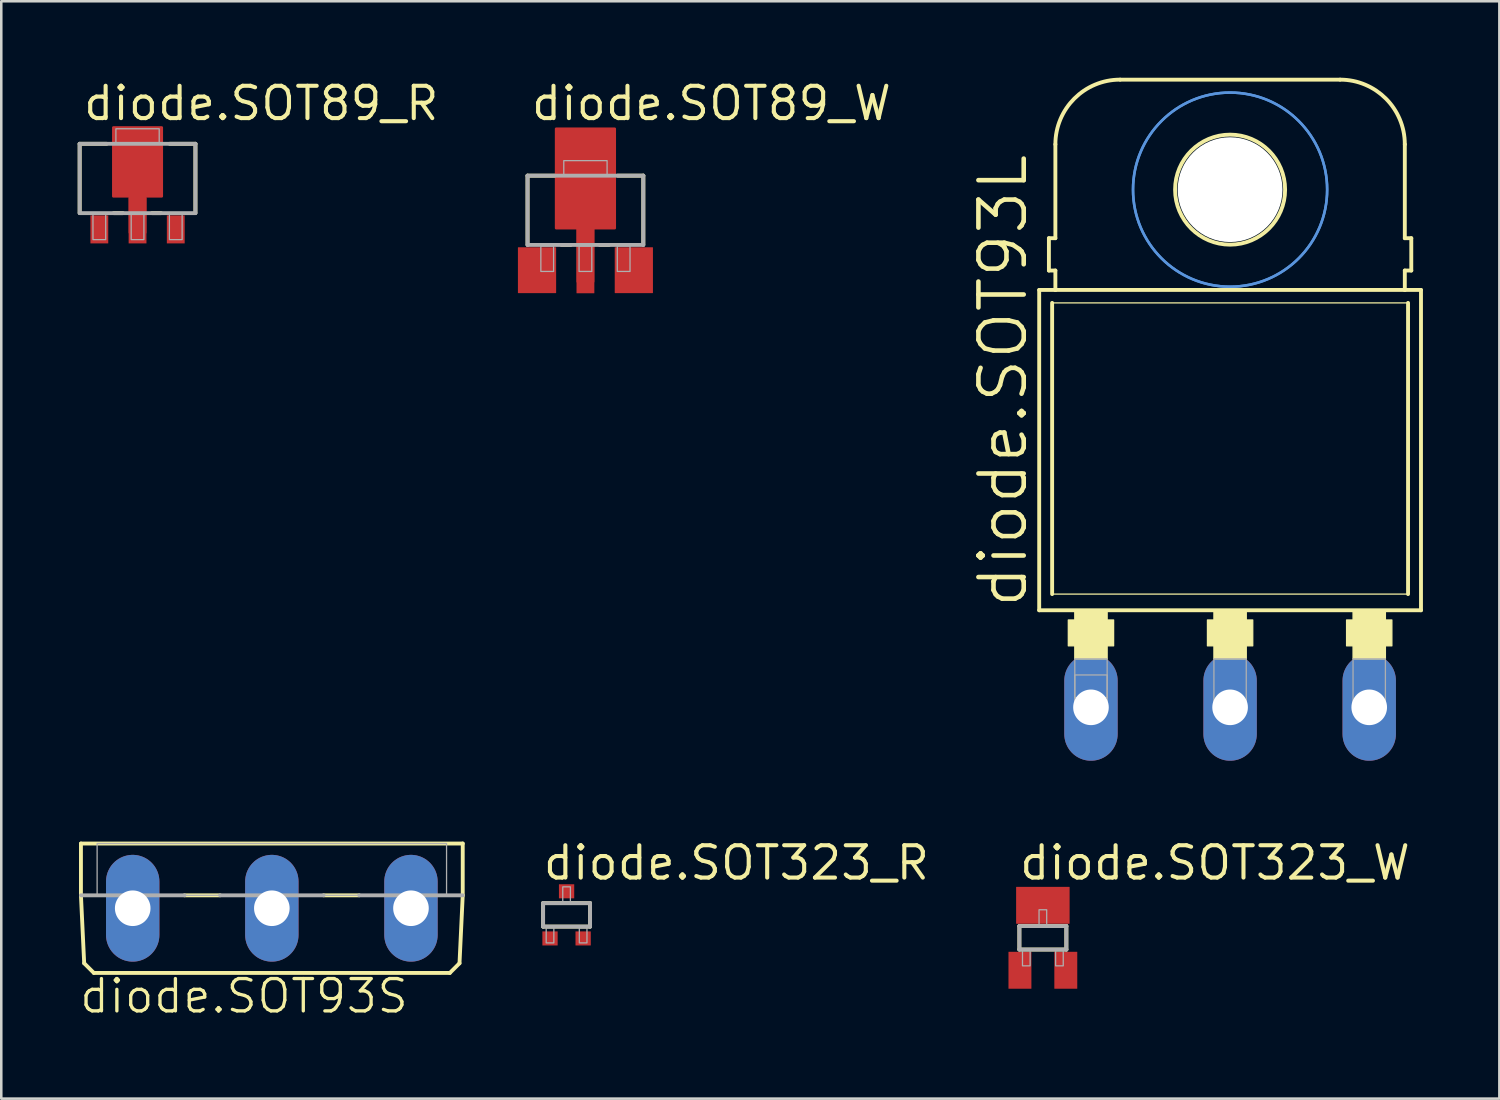
<source format=kicad_pcb>
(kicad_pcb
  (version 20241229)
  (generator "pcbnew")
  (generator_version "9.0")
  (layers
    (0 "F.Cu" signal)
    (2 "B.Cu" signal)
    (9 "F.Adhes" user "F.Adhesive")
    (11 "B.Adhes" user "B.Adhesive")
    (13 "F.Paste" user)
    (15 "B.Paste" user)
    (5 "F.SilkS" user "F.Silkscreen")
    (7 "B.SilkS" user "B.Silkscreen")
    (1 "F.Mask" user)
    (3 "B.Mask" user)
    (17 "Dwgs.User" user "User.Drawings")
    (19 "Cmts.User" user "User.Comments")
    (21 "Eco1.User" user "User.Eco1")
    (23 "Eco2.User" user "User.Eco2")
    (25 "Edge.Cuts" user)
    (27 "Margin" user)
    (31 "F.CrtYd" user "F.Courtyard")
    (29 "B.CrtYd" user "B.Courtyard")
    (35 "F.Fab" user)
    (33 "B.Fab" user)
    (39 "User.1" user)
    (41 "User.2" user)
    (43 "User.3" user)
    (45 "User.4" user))
  (footprint "diode.SOT93L"
    (layer "F.Cu")
    (at 45.233 14.554)
    (property "Reference" "diode.SOT93L" (at -7.874 6.35 90) (layer "F.SilkS") (effects (font (size 1.778 1.778) (thickness 0.18)) (justify left bottom)))
    (attr through_hole)
    (fp_line (start -7.493 6.35) (end -7.493 -6.223) (stroke (width 0.152) (type default)) (layer "F.SilkS"))
    (fp_line (start -7.493 6.35) (end 7.493 6.35) (stroke (width 0.152) (type default)) (layer "F.SilkS"))
    (fp_line (start -7.112 -6.985) (end -7.112 -8.255) (stroke (width 0.152) (type default)) (layer "F.SilkS"))
    (fp_line (start -6.985 5.715) (end -6.985 -5.715) (stroke (width 0.152) (type default)) (layer "F.SilkS"))
    (fp_line (start -6.985 5.715) (end 6.985 5.715) (stroke (width 0.051) (type default)) (layer "F.SilkS"))
    (fp_line (start -6.858 -8.255) (end -7.112 -8.255) (stroke (width 0.152) (type default)) (layer "F.SilkS"))
    (fp_line (start -6.858 -8.255) (end -6.858 -11.938) (stroke (width 0.152) (type default)) (layer "F.SilkS"))
    (fp_line (start -6.858 -6.985) (end -7.112 -6.985) (stroke (width 0.152) (type default)) (layer "F.SilkS"))
    (fp_line (start -6.858 -6.223) (end -7.493 -6.223) (stroke (width 0.152) (type default)) (layer "F.SilkS"))
    (fp_line (start -6.858 -6.223) (end -6.858 -6.985) (stroke (width 0.152) (type default)) (layer "F.SilkS"))
    (fp_line (start 4.318 -14.478) (end -4.318 -14.478) (stroke (width 0.152) (type default)) (layer "F.SilkS"))
    (fp_line (start 6.858 -8.255) (end 6.858 -11.938) (stroke (width 0.152) (type default)) (layer "F.SilkS"))
    (fp_line (start 6.858 -8.255) (end 7.112 -8.255) (stroke (width 0.152) (type default)) (layer "F.SilkS"))
    (fp_line (start 6.858 -6.985) (end 7.112 -6.985) (stroke (width 0.152) (type default)) (layer "F.SilkS"))
    (fp_line (start 6.858 -6.223) (end -6.858 -6.223) (stroke (width 0.152) (type default)) (layer "F.SilkS"))
    (fp_line (start 6.858 -6.223) (end 6.858 -6.985) (stroke (width 0.152) (type default)) (layer "F.SilkS"))
    (fp_line (start 6.985 -5.715) (end -6.985 -5.715) (stroke (width 0.051) (type default)) (layer "F.SilkS"))
    (fp_line (start 6.985 -5.715) (end 6.985 5.715) (stroke (width 0.152) (type default)) (layer "F.SilkS"))
    (fp_line (start 7.112 -6.985) (end 7.112 -8.255) (stroke (width 0.152) (type default)) (layer "F.SilkS"))
    (fp_line (start 7.493 -6.223) (end 6.858 -6.223) (stroke (width 0.152) (type default)) (layer "F.SilkS"))
    (fp_line (start 7.493 -6.223) (end 7.493 6.35) (stroke (width 0.152) (type default)) (layer "F.SilkS"))
    (fp_rect (start -6.35 7.747) (end -4.572 6.731) (stroke (width 0.05) (type default)) (fill yes) (layer "F.SilkS"))
    (fp_rect (start -6.096 8.255) (end -4.826 6.35) (stroke (width 0.05) (type default)) (fill yes) (layer "F.SilkS"))
    (fp_rect (start -0.889 7.747) (end 0.889 6.731) (stroke (width 0.05) (type default)) (fill yes) (layer "F.SilkS"))
    (fp_rect (start -0.635 8.255) (end 0.635 6.35) (stroke (width 0.05) (type default)) (fill yes) (layer "F.SilkS"))
    (fp_rect (start 4.572 7.747) (end 6.35 6.731) (stroke (width 0.05) (type default)) (fill yes) (layer "F.SilkS"))
    (fp_rect (start 4.826 8.255) (end 6.096 6.35) (stroke (width 0.05) (type default)) (fill yes) (layer "F.SilkS"))
    (fp_arc (start -6.858 -11.938) (mid -6.114051 -13.734051) (end -4.318 -14.478) (stroke (width 0.1524) (type default)) (layer "F.SilkS"))
    (fp_arc (start 4.318 -14.478) (mid 6.114051 -13.734051) (end 6.858 -11.938) (stroke (width 0.1524) (type default)) (layer "F.SilkS"))
    (fp_circle (center 0 -10.16) (end 2.159 -10.16) (stroke (width 0.152) (type default)) (fill no) (layer "F.SilkS"))
    (fp_circle (center 0 -10.16) (end 3.81 -10.16) (stroke (width 0.1) (type default)) (fill no) (layer "Cmts.User"))
    (fp_circle (center 0 -10.16) (end 3.81 -10.16) (stroke (width 0.1) (type default)) (fill no) (layer "Cmts.User"))
    (fp_rect (start -6.096 9.779) (end -4.826 8.89) (stroke (width 0.05) (type default)) (fill no) (layer "F.Fab"))
    (fp_rect (start -6.096 10.16) (end -4.826 8.255) (stroke (width 0.05) (type default)) (fill no) (layer "F.Fab"))
    (fp_rect (start -0.635 10.16) (end 0.635 8.255) (stroke (width 0.05) (type default)) (fill no) (layer "F.Fab"))
    (fp_rect (start 4.826 10.16) (end 6.096 8.255) (stroke (width 0.05) (type default)) (fill no) (layer "F.Fab"))
    (pad "" np_thru_hole circle (at 0 -10.16) (size 4.115 4.115) (drill 4.115) (layers "*.Cu" "*.Mask"))
    (pad "A1" thru_hole oval (at -5.461 10.16 90) (size 4.191 2.095) (drill 1.397) (layers "*.Cu" "*.Mask"))
    (pad "A2" thru_hole oval (at 5.461 10.16 90) (size 4.191 2.095) (drill 1.397) (layers "*.Cu" "*.Mask"))
    (pad "C" thru_hole oval (at 0 10.16 90) (size 4.191 2.095) (drill 1.397) (layers "*.Cu" "*.Mask")))
  (footprint "diode.SOT89_R"
    (layer "F.Cu")
    (at 2.349 4.205)
    (property "Reference" "diode.SOT89_R" (at -2.205 -2.455 0) (layer "F.SilkS") (effects (font (size 1.27 1.27) (thickness 0.16)) (justify left bottom)))
    (attr smd)
    (fp_poly (pts (xy 0 1.875) (xy 0.3 1.875) (xy 0.3 0.45) (xy 0.95 0.45) (xy 0.95 -2.25) (xy -0.95 -2.25) (xy -0.95 0.45) (xy -0.55 0.45) (xy -0.3 0.45) (xy -0.3 1.875)) (stroke (width 0.102) (type default)) (fill yes) (layer "F.Cu"))
    (fp_rect (start -1.1 0.6) (end 1.1 -2.4) (stroke (width 0.05) (type default)) (fill yes) (layer "F.Mask"))
    (fp_rect (start -0.45 2.4) (end 0.45 1.1) (stroke (width 0.05) (type default)) (fill yes) (layer "F.Mask"))
    (fp_line (start -2.272 -1.61) (end -1.214 -1.61) (stroke (width 0.152) (type default)) (layer "F.SilkS"))
    (fp_line (start -2.272 1.102) (end -2.272 -1.61) (stroke (width 0.152) (type default)) (layer "F.SilkS"))
    (fp_line (start -0.578 1.11) (end -0.936 1.11) (stroke (width 0.152) (type default)) (layer "F.SilkS"))
    (fp_line (start 0.922 1.11) (end 0.564 1.11) (stroke (width 0.152) (type default)) (layer "F.SilkS"))
    (fp_line (start 1.264 -1.61) (end 2.272 -1.61) (stroke (width 0.152) (type default)) (layer "F.SilkS"))
    (fp_line (start 2.272 -1.61) (end 2.272 1.102) (stroke (width 0.152) (type default)) (layer "F.SilkS"))
    (fp_rect (start -0.95 0.45) (end 0.95 -2.25) (stroke (width 0.05) (type default)) (fill yes) (layer "F.Paste"))
    (fp_rect (start -0.35 2.3) (end 0.35 1.2) (stroke (width 0.05) (type default)) (fill yes) (layer "F.Paste"))
    (fp_line (start -2.272 -1.61) (end 2.272 -1.61) (stroke (width 0.152) (type default)) (layer "F.Fab"))
    (fp_line (start -2.272 1.11) (end -2.272 -1.61) (stroke (width 0.152) (type default)) (layer "F.Fab"))
    (fp_line (start 2.272 -1.61) (end 2.272 1.11) (stroke (width 0.152) (type default)) (layer "F.Fab"))
    (fp_line (start 2.272 1.11) (end -2.272 1.11) (stroke (width 0.152) (type default)) (layer "F.Fab"))
    (fp_rect (start -1.75 2.15) (end -1.25 1.15) (stroke (width 0.05) (type default)) (fill no) (layer "F.Fab"))
    (fp_rect (start -0.85 -1.65) (end 0.85 -2.2) (stroke (width 0.05) (type default)) (fill no) (layer "F.Fab"))
    (fp_rect (start -0.25 2.15) (end 0.25 1.15) (stroke (width 0.05) (type default)) (fill no) (layer "F.Fab"))
    (fp_rect (start 1.25 2.15) (end 1.75 1.15) (stroke (width 0.05) (type default)) (fill no) (layer "F.Fab"))
    (pad "1" smd roundrect (at 1.5 1.75) (size 0.7 1.1) (layers "F.Cu" "F.Mask" "F.Paste") (roundrect_rratio 0.01))
    (pad "2" smd roundrect (at -1.5 1.75) (size 0.7 1.1) (layers "F.Cu" "F.Mask" "F.Paste") (roundrect_rratio 0.01))
    (pad "3" smd roundrect (at 0 1.4) (size 0.7 1.8) (layers "F.Cu" "F.Mask" "F.Paste") (roundrect_rratio 0.01)))
  (footprint "diode.SOT323_R"
    (layer "F.Cu")
    (at 19.189 32.86)
    (property "Reference" "diode.SOT323_R" (at -1 -1.3 0) (layer "F.SilkS") (effects (font (size 1.27 1.27) (thickness 0.16)) (justify left bottom)))
    (attr smd)
    (fp_line (start -0.922 -0.46) (end 0.922 -0.46) (stroke (width 0.152) (type default)) (layer "F.SilkS"))
    (fp_line (start -0.922 0.46) (end -0.922 -0.46) (stroke (width 0.152) (type default)) (layer "F.SilkS"))
    (fp_line (start 0.922 -0.46) (end 0.922 0.46) (stroke (width 0.152) (type default)) (layer "F.SilkS"))
    (fp_line (start 0.922 0.46) (end -0.922 0.46) (stroke (width 0.152) (type default)) (layer "F.SilkS"))
    (fp_line (start -0.922 -0.46) (end 0.922 -0.46) (stroke (width 0.152) (type default)) (layer "F.Fab"))
    (fp_line (start -0.922 0.46) (end -0.922 -0.46) (stroke (width 0.152) (type default)) (layer "F.Fab"))
    (fp_line (start 0.922 -0.46) (end 0.922 0.46) (stroke (width 0.152) (type default)) (layer "F.Fab"))
    (fp_line (start 0.922 0.46) (end -0.922 0.46) (stroke (width 0.152) (type default)) (layer "F.Fab"))
    (fp_rect (start -0.8 1.1) (end -0.5 0.5) (stroke (width 0.05) (type default)) (fill no) (layer "F.Fab"))
    (fp_rect (start -0.15 -0.5) (end 0.15 -1.1) (stroke (width 0.05) (type default)) (fill no) (layer "F.Fab"))
    (fp_rect (start 0.5 1.1) (end 0.8 0.5) (stroke (width 0.05) (type default)) (fill no) (layer "F.Fab"))
    (pad "1" smd roundrect (at -0.65 0.925) (size 0.6 0.55) (layers "F.Cu" "F.Mask" "F.Paste") (roundrect_rratio 0.01))
    (pad "2" smd roundrect (at 0.65 0.925) (size 0.6 0.55) (layers "F.Cu" "F.Mask" "F.Paste") (roundrect_rratio 0.01))
    (pad "3" smd roundrect (at 0 -0.925) (size 0.6 0.55) (layers "F.Cu" "F.Mask" "F.Paste") (roundrect_rratio 0.01)))
  (footprint "diode.SOT89_W"
    (layer "F.Cu")
    (at 19.929 5.455)
    (property "Reference" "diode.SOT89_W" (at -2.205 -3.705 0) (layer "F.SilkS") (effects (font (size 1.27 1.27) (thickness 0.16)) (justify left bottom)))
    (attr smd)
    (fp_poly (pts (xy -0.3 2.55) (xy 0.3 2.55) (xy 0.3 0.45) (xy 1.15 0.45) (xy 1.15 -3.45) (xy -1.15 -3.45) (xy -1.15 0.45) (xy -0.3 0.45)) (stroke (width 0.102) (type default)) (fill yes) (layer "F.Cu"))
    (fp_rect (start -1.3 0.6) (end 1.3 -3.6) (stroke (width 0.05) (type default)) (fill yes) (layer "F.Mask"))
    (fp_rect (start -0.45 3.1) (end 0.45 1.1) (stroke (width 0.05) (type default)) (fill yes) (layer "F.Mask"))
    (fp_line (start -2.272 -1.61) (end -1.214 -1.61) (stroke (width 0.152) (type default)) (layer "F.SilkS"))
    (fp_line (start -2.272 1.102) (end -2.272 -1.61) (stroke (width 0.152) (type default)) (layer "F.SilkS"))
    (fp_line (start -0.578 1.11) (end -0.936 1.11) (stroke (width 0.152) (type default)) (layer "F.SilkS"))
    (fp_line (start 0.922 1.11) (end 0.564 1.11) (stroke (width 0.152) (type default)) (layer "F.SilkS"))
    (fp_line (start 1.264 -1.61) (end 2.272 -1.61) (stroke (width 0.152) (type default)) (layer "F.SilkS"))
    (fp_line (start 2.272 -1.61) (end 2.272 1.102) (stroke (width 0.152) (type default)) (layer "F.SilkS"))
    (fp_rect (start -1.125 0.4) (end 1.125 -3.425) (stroke (width 0.05) (type default)) (fill yes) (layer "F.Paste"))
    (fp_rect (start -0.35 3) (end 0.35 1.2) (stroke (width 0.05) (type default)) (fill yes) (layer "F.Paste"))
    (fp_line (start -2.272 -1.61) (end 2.272 -1.61) (stroke (width 0.152) (type default)) (layer "F.Fab"))
    (fp_line (start -2.272 1.11) (end -2.272 -1.61) (stroke (width 0.152) (type default)) (layer "F.Fab"))
    (fp_line (start 2.272 -1.61) (end 2.272 1.11) (stroke (width 0.152) (type default)) (layer "F.Fab"))
    (fp_line (start 2.272 1.11) (end -2.272 1.11) (stroke (width 0.152) (type default)) (layer "F.Fab"))
    (fp_rect (start -1.75 2.15) (end -1.25 1.15) (stroke (width 0.05) (type default)) (fill no) (layer "F.Fab"))
    (fp_rect (start -0.85 -1.65) (end 0.85 -2.2) (stroke (width 0.05) (type default)) (fill no) (layer "F.Fab"))
    (fp_rect (start -0.25 2.15) (end 0.25 1.15) (stroke (width 0.05) (type default)) (fill no) (layer "F.Fab"))
    (fp_rect (start 1.25 2.15) (end 1.75 1.15) (stroke (width 0.05) (type default)) (fill no) (layer "F.Fab"))
    (pad "1" smd roundrect (at 1.9 2.1) (size 1.5 1.8) (layers "F.Cu" "F.Mask" "F.Paste") (roundrect_rratio 0.01))
    (pad "2" smd roundrect (at -1.9 2.1) (size 1.5 1.8) (layers "F.Cu" "F.Mask" "F.Paste") (roundrect_rratio 0.01))
    (pad "4" smd roundrect (at 0 1.73) (size 0.7 2.55) (layers "F.Cu" "F.Mask" "F.Paste") (roundrect_rratio 0.01)))
  (footprint "diode.SOT323_W"
    (layer "F.Cu")
    (at 37.884 33.76)
    (property "Reference" "diode.SOT323_W" (at -1 -2.2 0) (layer "F.SilkS") (effects (font (size 1.27 1.27) (thickness 0.16)) (justify left bottom)))
    (attr smd)
    (fp_line (start -0.922 -0.46) (end 0.922 -0.46) (stroke (width 0.152) (type default)) (layer "F.SilkS"))
    (fp_line (start -0.922 0.46) (end -0.922 -0.46) (stroke (width 0.152) (type default)) (layer "F.SilkS"))
    (fp_line (start 0.922 -0.46) (end 0.922 0.46) (stroke (width 0.152) (type default)) (layer "F.SilkS"))
    (fp_line (start 0.922 0.46) (end -0.922 0.46) (stroke (width 0.152) (type default)) (layer "F.SilkS"))
    (fp_line (start -0.922 -0.46) (end 0.922 -0.46) (stroke (width 0.152) (type default)) (layer "F.Fab"))
    (fp_line (start -0.922 0.46) (end -0.922 -0.46) (stroke (width 0.152) (type default)) (layer "F.Fab"))
    (fp_line (start 0.922 -0.46) (end 0.922 0.46) (stroke (width 0.152) (type default)) (layer "F.Fab"))
    (fp_line (start 0.922 0.46) (end -0.922 0.46) (stroke (width 0.152) (type default)) (layer "F.Fab"))
    (fp_rect (start -0.8 1.1) (end -0.5 0.5) (stroke (width 0.05) (type default)) (fill no) (layer "F.Fab"))
    (fp_rect (start -0.15 -0.5) (end 0.15 -1.1) (stroke (width 0.05) (type default)) (fill no) (layer "F.Fab"))
    (fp_rect (start 0.5 1.1) (end 0.8 0.5) (stroke (width 0.05) (type default)) (fill no) (layer "F.Fab"))
    (pad "1" smd roundrect (at -0.9 1.275) (size 0.9 1.45) (layers "F.Cu" "F.Mask" "F.Paste") (roundrect_rratio 0.01))
    (pad "2" smd roundrect (at 0.9 1.275) (size 0.9 1.45) (layers "F.Cu" "F.Mask" "F.Paste") (roundrect_rratio 0.01))
    (pad "3" smd roundrect (at 0 -1.275) (size 2.1 1.45) (layers "F.Cu" "F.Mask" "F.Paste") (roundrect_rratio 0.01)))
  (footprint "diode.SOT93S"
    (layer "F.Cu")
    (at 7.62 30.06)
    (property "Reference" "diode.SOT93S" (at -7.62 6.731 0) (layer "F.SilkS") (effects (font (size 1.27 1.27) (thickness 0.13)) (justify left bottom)))
    (attr through_hole)
    (fp_line (start -7.493 0) (end -7.493 2.032) (stroke (width 0.152) (type default)) (layer "F.SilkS"))
    (fp_line (start -7.493 0) (end 7.493 0) (stroke (width 0.152) (type default)) (layer "F.SilkS"))
    (fp_line (start -7.493 2.032) (end -7.366 4.699) (stroke (width 0.152) (type default)) (layer "F.SilkS"))
    (fp_line (start -7.366 4.699) (end -6.985 5.08) (stroke (width 0.152) (type default)) (layer "F.SilkS"))
    (fp_line (start -2.032 2.032) (end -3.429 2.032) (stroke (width 0.152) (type default)) (layer "F.SilkS"))
    (fp_line (start 3.429 2.032) (end 2.032 2.032) (stroke (width 0.152) (type default)) (layer "F.SilkS"))
    (fp_line (start 6.985 5.08) (end -6.985 5.08) (stroke (width 0.152) (type default)) (layer "F.SilkS"))
    (fp_line (start 7.366 4.699) (end 6.985 5.08) (stroke (width 0.152) (type default)) (layer "F.SilkS"))
    (fp_line (start 7.493 0) (end 7.493 2.032) (stroke (width 0.152) (type default)) (layer "F.SilkS"))
    (fp_line (start 7.493 2.032) (end 7.366 4.699) (stroke (width 0.152) (type default)) (layer "F.SilkS"))
    (fp_line (start -3.429 2.032) (end -7.493 2.032) (stroke (width 0.152) (type default)) (layer "F.Fab"))
    (fp_line (start 2.032 2.032) (end -2.032 2.032) (stroke (width 0.152) (type default)) (layer "F.Fab"))
    (fp_line (start 7.493 2.032) (end 3.429 2.032) (stroke (width 0.152) (type default)) (layer "F.Fab"))
    (fp_rect (start -6.858 2.032) (end 6.858 0) (stroke (width 0.05) (type default)) (fill no) (layer "F.Fab"))
    (pad "A1" thru_hole oval (at -5.461 2.54 90) (size 4.191 2.095) (drill 1.397) (layers "*.Cu" "*.Mask"))
    (pad "A2" thru_hole oval (at 5.461 2.54 90) (size 4.191 2.095) (drill 1.397) (layers "*.Cu" "*.Mask"))
    (pad "C" thru_hole oval (at 0 2.54 90) (size 4.191 2.095) (drill 1.397) (layers "*.Cu" "*.Mask")))
  (gr_rect
    (start -3 -3)
    (end 55.802 40.073)
    (stroke (width 0.1) (type default))
    (fill no)
    (layer "Edge.Cuts")))
</source>
